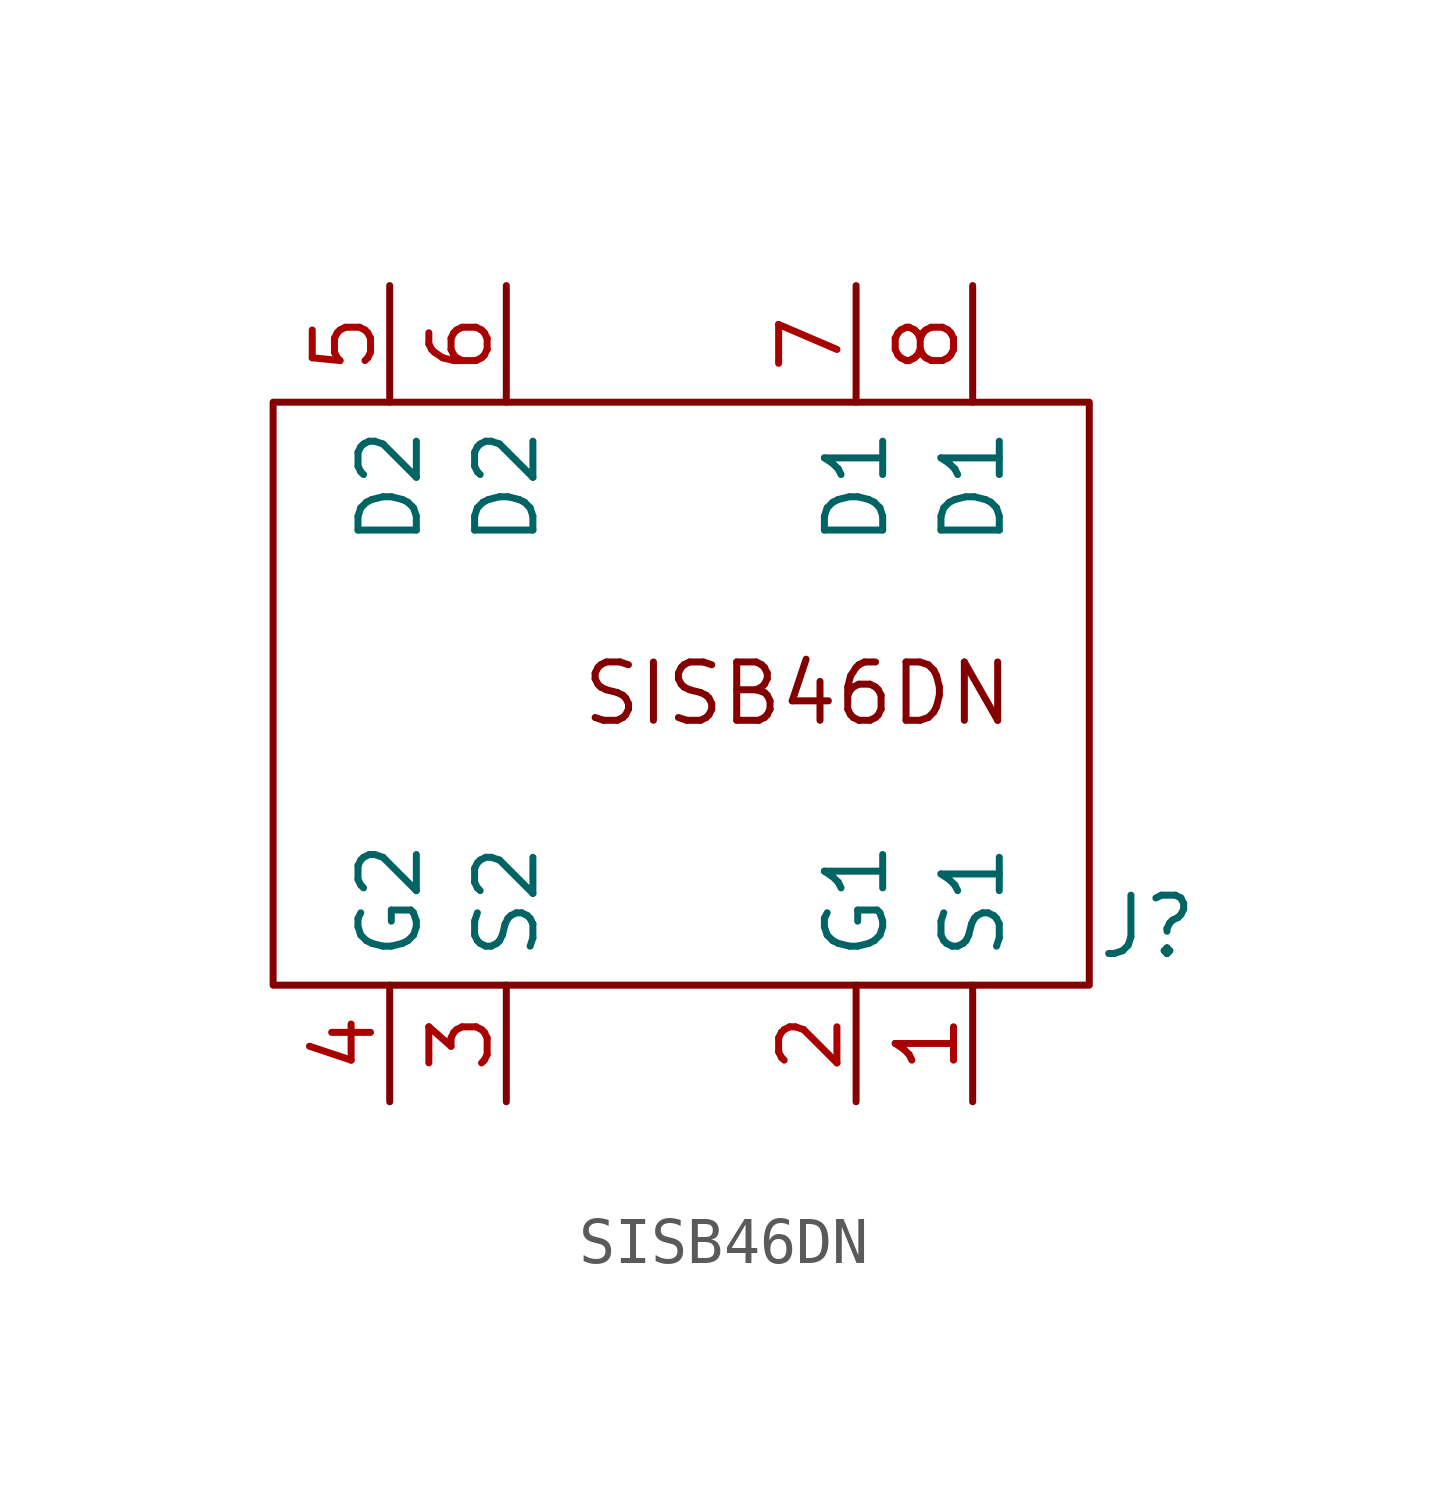
<source format=kicad_sym>
(kicad_symbol_lib
  (version 20241209)
  (generator "kicad_symbol_editor")
  (generator_version "9.0")
  (symbol "SISB46DN"
    (property "Reference" "J"
      (at 10.16 -5.08 0)
      (effects (font (size 1.27 1.27))))
    (property "Value" ""
      (at 0 0 0)
      (effects (font (size 1.27 1.27))))
    (symbol "SISB46DN_0_1"
      (rectangle (start -8.89 6.35) (end 8.89 -6.35) (stroke (width 0) (type default)) (fill (type none))))
    (symbol "SISB46DN_1_1"
      (text "SISB46DN\n" (at 2.54 0 0) (effects (font (size 1.27 1.27))))
      (pin power_out line (at -6.35 8.89 270) (length 2.54) (name "D2" (effects (font (size 1.27 1.27)))) (number "5" (effects (font (size 1.27 1.27)))))
      (pin input line (at -6.35 -8.89 90) (length 2.54) (name "G2" (effects (font (size 1.27 1.27)))) (number "4" (effects (font (size 1.27 1.27)))))
      (pin power_out line (at -3.81 8.89 270) (length 2.54) (name "D2" (effects (font (size 1.27 1.27)))) (number "6" (effects (font (size 1.27 1.27)))))
      (pin power_out line (at -3.81 -8.89 90) (length 2.54) (name "S2" (effects (font (size 1.27 1.27)))) (number "3" (effects (font (size 1.27 1.27)))))
      (pin power_out line (at 3.81 8.89 270) (length 2.54) (name "D1" (effects (font (size 1.27 1.27)))) (number "7" (effects (font (size 1.27 1.27)))))
      (pin power_out line (at 3.81 -8.89 90) (length 2.54) (name "G1" (effects (font (size 1.27 1.27)))) (number "2" (effects (font (size 1.27 1.27)))))
      (pin power_out line (at 6.35 8.89 270) (length 2.54) (name "D1" (effects (font (size 1.27 1.27)))) (number "8" (effects (font (size 1.27 1.27)))))
      (pin power_out line (at 6.35 -8.89 90) (length 2.54) (name "S1" (effects (font (size 1.27 1.27)))) (number "1" (effects (font (size 1.27 1.27))))))))
</source>
